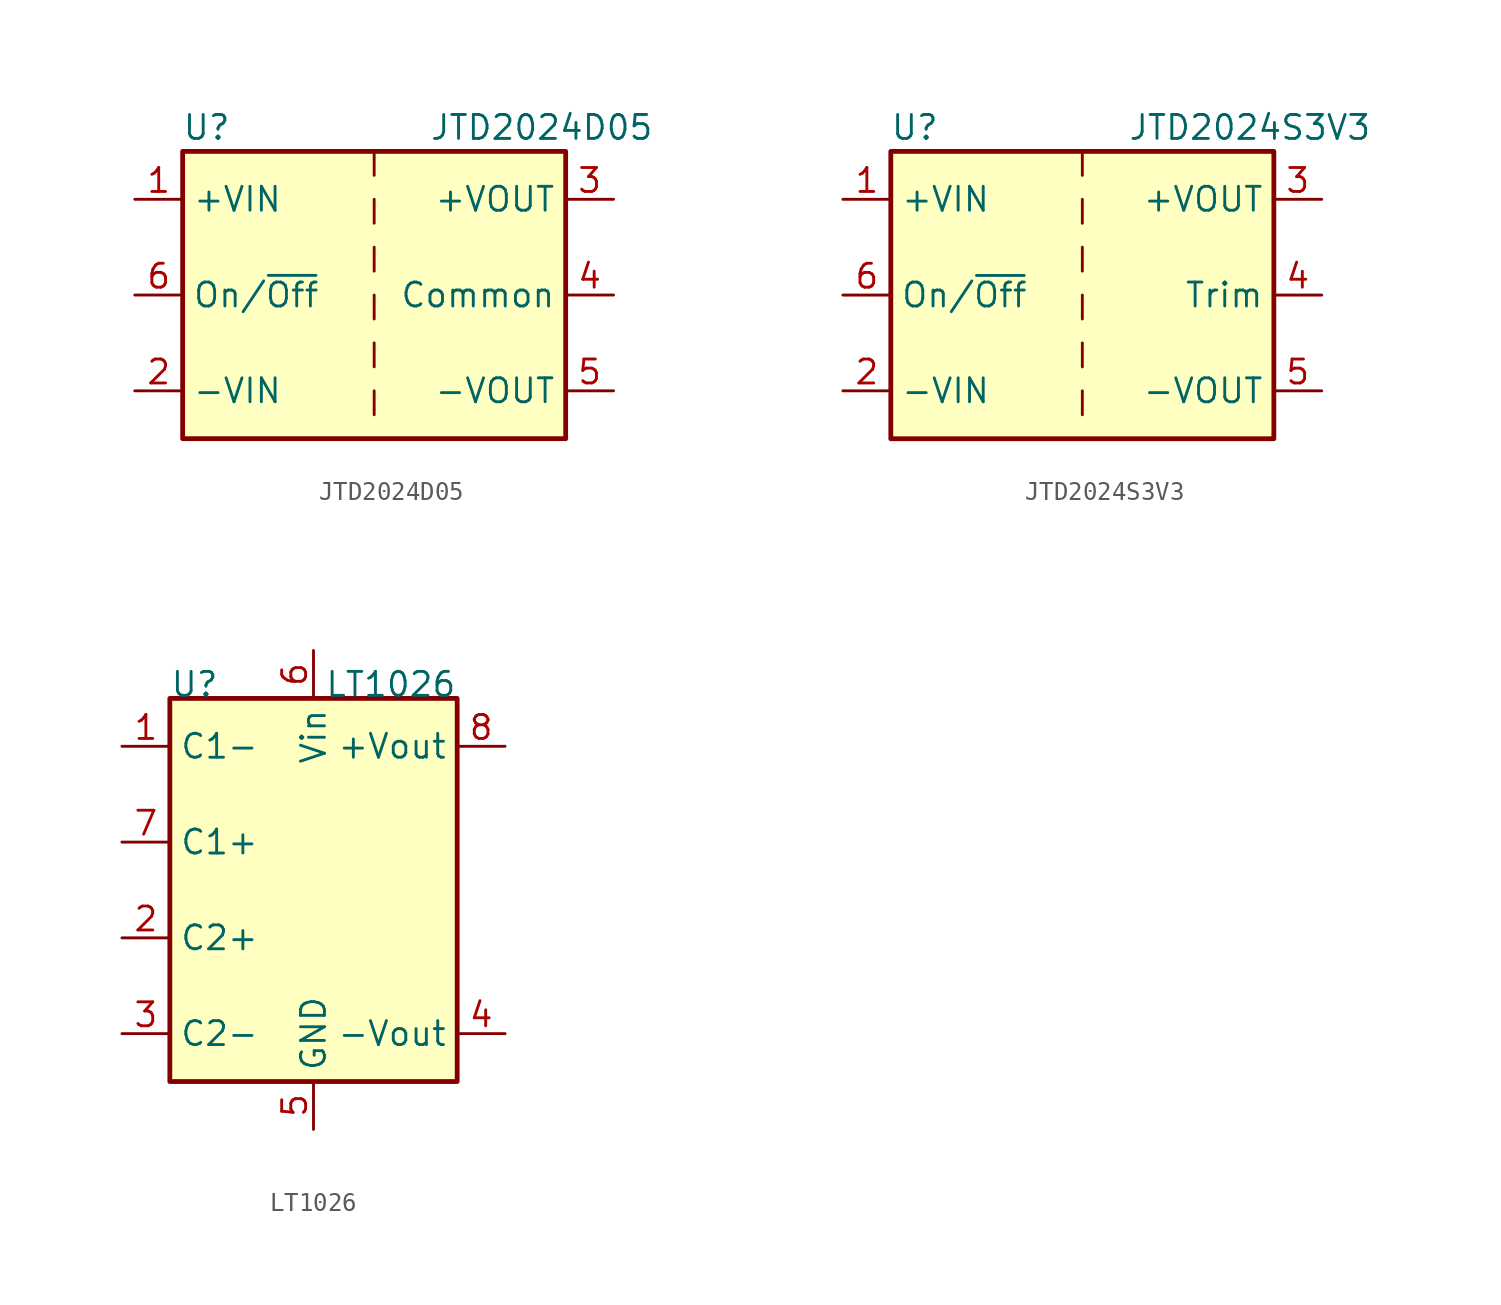
<source format=kicad_sym>
(kicad_symbol_lib
  (version 20211014)
  (generator kicad_symbol_editor)
  (symbol "JTD2024D05"
    (property "Reference" "U"
      (at -8.89 8.89 0)
      (effects (font (size 1.27 1.27))))
    (property "Value" "JTD2024D05"
      (at 8.89 8.89 0)
      (effects (font (size 1.27 1.27))))
    (symbol "JTD2024D05_0_1"
      (rectangle (start -10.16 7.62) (end 10.16 -7.62) (stroke (width 0.254) (type default) (color 0 0 0 0)) (fill (type background)))
      (polyline (pts (xy 0 -5.08) (xy 0 -6.35)) (stroke (width 0) (type default) (color 0 0 0 0)) (fill (type none)))
      (polyline (pts (xy 0 -2.54) (xy 0 -3.81)) (stroke (width 0) (type default) (color 0 0 0 0)) (fill (type none)))
      (polyline (pts (xy 0 0) (xy 0 -1.27)) (stroke (width 0) (type default) (color 0 0 0 0)) (fill (type none)))
      (polyline (pts (xy 0 2.54) (xy 0 1.27)) (stroke (width 0) (type default) (color 0 0 0 0)) (fill (type none)))
      (polyline (pts (xy 0 5.08) (xy 0 3.81)) (stroke (width 0) (type default) (color 0 0 0 0)) (fill (type none)))
      (polyline (pts (xy 0 7.62) (xy 0 6.35)) (stroke (width 0) (type default) (color 0 0 0 0)) (fill (type none))))
    (symbol "JTD2024D05_1_1"
      (pin power_in line (at -12.7 5.08 0) (length 2.54) (name "+VIN" (effects (font (size 1.27 1.27)))) (number "1" (effects (font (size 1.27 1.27)))))
      (pin power_in line (at -12.7 -5.08 0) (length 2.54) (name "-VIN" (effects (font (size 1.27 1.27)))) (number "2" (effects (font (size 1.27 1.27)))))
      (pin power_out line (at 12.7 5.08 180) (length 2.54) (name "+VOUT" (effects (font (size 1.27 1.27)))) (number "3" (effects (font (size 1.27 1.27)))))
      (pin power_out line (at 12.7 0 180) (length 2.54) (name "Common" (effects (font (size 1.27 1.27)))) (number "4" (effects (font (size 1.27 1.27)))))
      (pin power_out line (at 12.7 -5.08 180) (length 2.54) (name "-VOUT" (effects (font (size 1.27 1.27)))) (number "5" (effects (font (size 1.27 1.27)))))
      (pin input line (at -12.7 0 0) (length 2.54) (name "On/~{Off}" (effects (font (size 1.27 1.27)))) (number "6" (effects (font (size 1.27 1.27)))))))
  (symbol "JTD2024S3V3"
    (property "Reference" "U"
      (at -8.89 8.89 0)
      (effects (font (size 1.27 1.27))))
    (property "Value" "JTD2024S3V3"
      (at 8.89 8.89 0)
      (effects (font (size 1.27 1.27))))
    (symbol "JTD2024S3V3_0_1"
      (rectangle (start -10.16 7.62) (end 10.16 -7.62) (stroke (width 0.254) (type default) (color 0 0 0 0)) (fill (type background)))
      (polyline (pts (xy 0 -5.08) (xy 0 -6.35)) (stroke (width 0) (type default) (color 0 0 0 0)) (fill (type none)))
      (polyline (pts (xy 0 -2.54) (xy 0 -3.81)) (stroke (width 0) (type default) (color 0 0 0 0)) (fill (type none)))
      (polyline (pts (xy 0 0) (xy 0 -1.27)) (stroke (width 0) (type default) (color 0 0 0 0)) (fill (type none)))
      (polyline (pts (xy 0 2.54) (xy 0 1.27)) (stroke (width 0) (type default) (color 0 0 0 0)) (fill (type none)))
      (polyline (pts (xy 0 5.08) (xy 0 3.81)) (stroke (width 0) (type default) (color 0 0 0 0)) (fill (type none)))
      (polyline (pts (xy 0 7.62) (xy 0 6.35)) (stroke (width 0) (type default) (color 0 0 0 0)) (fill (type none))))
    (symbol "JTD2024S3V3_1_1"
      (pin power_in line (at -12.7 5.08 0) (length 2.54) (name "+VIN" (effects (font (size 1.27 1.27)))) (number "1" (effects (font (size 1.27 1.27)))))
      (pin power_in line (at -12.7 -5.08 0) (length 2.54) (name "-VIN" (effects (font (size 1.27 1.27)))) (number "2" (effects (font (size 1.27 1.27)))))
      (pin power_out line (at 12.7 5.08 180) (length 2.54) (name "+VOUT" (effects (font (size 1.27 1.27)))) (number "3" (effects (font (size 1.27 1.27)))))
      (pin input line (at 12.7 0 180) (length 2.54) (name "Trim" (effects (font (size 1.27 1.27)))) (number "4" (effects (font (size 1.27 1.27)))))
      (pin power_out line (at 12.7 -5.08 180) (length 2.54) (name "-VOUT" (effects (font (size 1.27 1.27)))) (number "5" (effects (font (size 1.27 1.27)))))
      (pin input line (at -12.7 0 0) (length 2.54) (name "On/~{Off}" (effects (font (size 1.27 1.27)))) (number "6" (effects (font (size 1.27 1.27)))))))
  (symbol "LT1026"
    (property "Reference" "U"
      (at -7.62 10.16 0)
      (effects (font (size 1.27 1.27)) (justify left bottom)))
    (property "Value" "LT1026"
      (at 7.62 10.16 0)
      (effects (font (size 1.27 1.27)) (justify right bottom)))
    (symbol "LT1026_0_1"
      (rectangle (start -7.62 10.16) (end 7.62 -10.16) (stroke (width 0.254) (type default) (color 0 0 0 0)) (fill (type background))))
    (symbol "LT1026_1_1"
      (pin passive line (at -10.16 7.62 0) (length 2.54) (name "C1-" (effects (font (size 1.27 1.27)))) (number "1" (effects (font (size 1.27 1.27)))))
      (pin passive line (at -10.16 -2.54 0) (length 2.54) (name "C2+" (effects (font (size 1.27 1.27)))) (number "2" (effects (font (size 1.27 1.27)))))
      (pin passive line (at -10.16 -7.62 0) (length 2.54) (name "C2-" (effects (font (size 1.27 1.27)))) (number "3" (effects (font (size 1.27 1.27)))))
      (pin power_out line (at 10.16 -7.62 180) (length 2.54) (name "-Vout" (effects (font (size 1.27 1.27)))) (number "4" (effects (font (size 1.27 1.27)))))
      (pin power_in line (at 0 -12.7 90) (length 2.54) (name "GND" (effects (font (size 1.27 1.27)))) (number "5" (effects (font (size 1.27 1.27)))))
      (pin power_in line (at 0 12.7 270) (length 2.54) (name "Vin" (effects (font (size 1.27 1.27)))) (number "6" (effects (font (size 1.27 1.27)))))
      (pin passive line (at -10.16 2.54 0) (length 2.54) (name "C1+" (effects (font (size 1.27 1.27)))) (number "7" (effects (font (size 1.27 1.27)))))
      (pin power_out line (at 10.16 7.62 180) (length 2.54) (name "+Vout" (effects (font (size 1.27 1.27)))) (number "8" (effects (font (size 1.27 1.27))))))))
</source>
